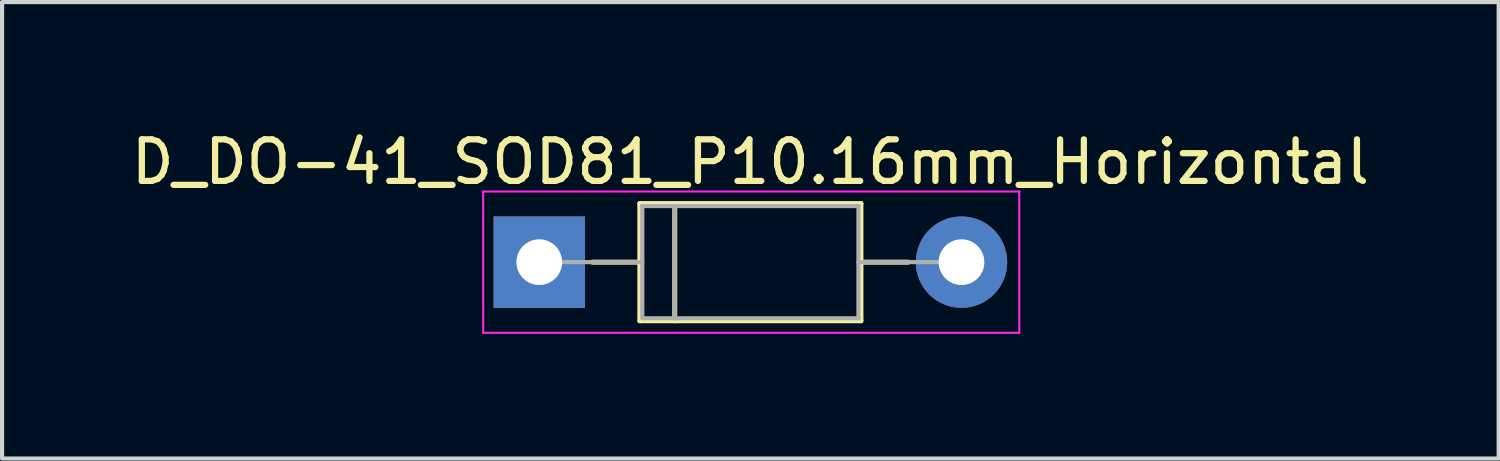
<source format=kicad_pcb>
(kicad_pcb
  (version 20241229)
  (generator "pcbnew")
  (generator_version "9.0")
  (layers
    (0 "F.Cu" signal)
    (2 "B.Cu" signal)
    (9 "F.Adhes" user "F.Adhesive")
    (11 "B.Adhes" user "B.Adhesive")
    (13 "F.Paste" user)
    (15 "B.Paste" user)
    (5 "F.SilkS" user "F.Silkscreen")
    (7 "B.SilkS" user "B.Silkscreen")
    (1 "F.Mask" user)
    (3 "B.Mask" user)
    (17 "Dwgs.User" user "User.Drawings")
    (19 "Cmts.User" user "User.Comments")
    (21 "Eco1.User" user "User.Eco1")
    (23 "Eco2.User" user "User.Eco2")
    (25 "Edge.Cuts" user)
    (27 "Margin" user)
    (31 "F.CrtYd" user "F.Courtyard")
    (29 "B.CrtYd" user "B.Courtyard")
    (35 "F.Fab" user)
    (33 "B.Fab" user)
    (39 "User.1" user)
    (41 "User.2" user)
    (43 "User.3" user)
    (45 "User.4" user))
  (footprint "D_DO-41_SOD81_P10.16mm_Horizontal"
    (layer "F.Cu")
    (at 9.926 3.258)
    (property "Reference" "D_DO-41_SOD81_P10.16mm_Horizontal" (at 5.08 -2.41 0) (layer "F.SilkS") (effects (font (size 1 1) (thickness 0.15))))
    (attr through_hole)
    (fp_line (start 1.28 0) (end 2.42 0) (stroke (width 0.12) (type solid)) (layer "F.SilkS"))
    (fp_line (start 2.42 -1.41) (end 2.42 1.41) (stroke (width 0.12) (type solid)) (layer "F.SilkS"))
    (fp_line (start 2.42 1.41) (end 7.74 1.41) (stroke (width 0.12) (type solid)) (layer "F.SilkS"))
    (fp_line (start 3.26 -1.41) (end 3.26 1.41) (stroke (width 0.12) (type solid)) (layer "F.SilkS"))
    (fp_line (start 7.74 -1.41) (end 2.42 -1.41) (stroke (width 0.12) (type solid)) (layer "F.SilkS"))
    (fp_line (start 7.74 1.41) (end 7.74 -1.41) (stroke (width 0.12) (type solid)) (layer "F.SilkS"))
    (fp_line (start 8.88 0) (end 7.74 0) (stroke (width 0.12) (type solid)) (layer "F.SilkS"))
    (fp_line (start -1.35 -1.7) (end -1.35 1.7) (stroke (width 0.05) (type solid)) (layer "F.CrtYd"))
    (fp_line (start -1.35 1.7) (end 11.55 1.7) (stroke (width 0.05) (type solid)) (layer "F.CrtYd"))
    (fp_line (start 11.55 -1.7) (end -1.35 -1.7) (stroke (width 0.05) (type solid)) (layer "F.CrtYd"))
    (fp_line (start 11.55 1.7) (end 11.55 -1.7) (stroke (width 0.05) (type solid)) (layer "F.CrtYd"))
    (fp_line (start 0 0) (end 2.48 0) (stroke (width 0.1) (type solid)) (layer "F.Fab"))
    (fp_line (start 2.48 -1.35) (end 2.48 1.35) (stroke (width 0.1) (type solid)) (layer "F.Fab"))
    (fp_line (start 2.48 1.35) (end 7.68 1.35) (stroke (width 0.1) (type solid)) (layer "F.Fab"))
    (fp_line (start 3.26 -1.35) (end 3.26 1.35) (stroke (width 0.1) (type solid)) (layer "F.Fab"))
    (fp_line (start 7.68 -1.35) (end 2.48 -1.35) (stroke (width 0.1) (type solid)) (layer "F.Fab"))
    (fp_line (start 7.68 1.35) (end 7.68 -1.35) (stroke (width 0.1) (type solid)) (layer "F.Fab"))
    (fp_line (start 10.16 0) (end 7.68 0) (stroke (width 0.1) (type solid)) (layer "F.Fab"))
    (pad "1" thru_hole rect (at 0 0) (size 2.2 2.2) (drill 1.1) (layers "*.Mask" "B.Cu"))
    (pad "2" thru_hole oval (at 10.16 0) (size 2.2 2.2) (drill 1.1) (layers "*.Mask" "B.Cu")))
  (gr_rect
    (start -3 -3)
    (end 33.012 7.983)
    (stroke (width 0.1) (type default))
    (fill no)
    (layer "Edge.Cuts")))
</source>
